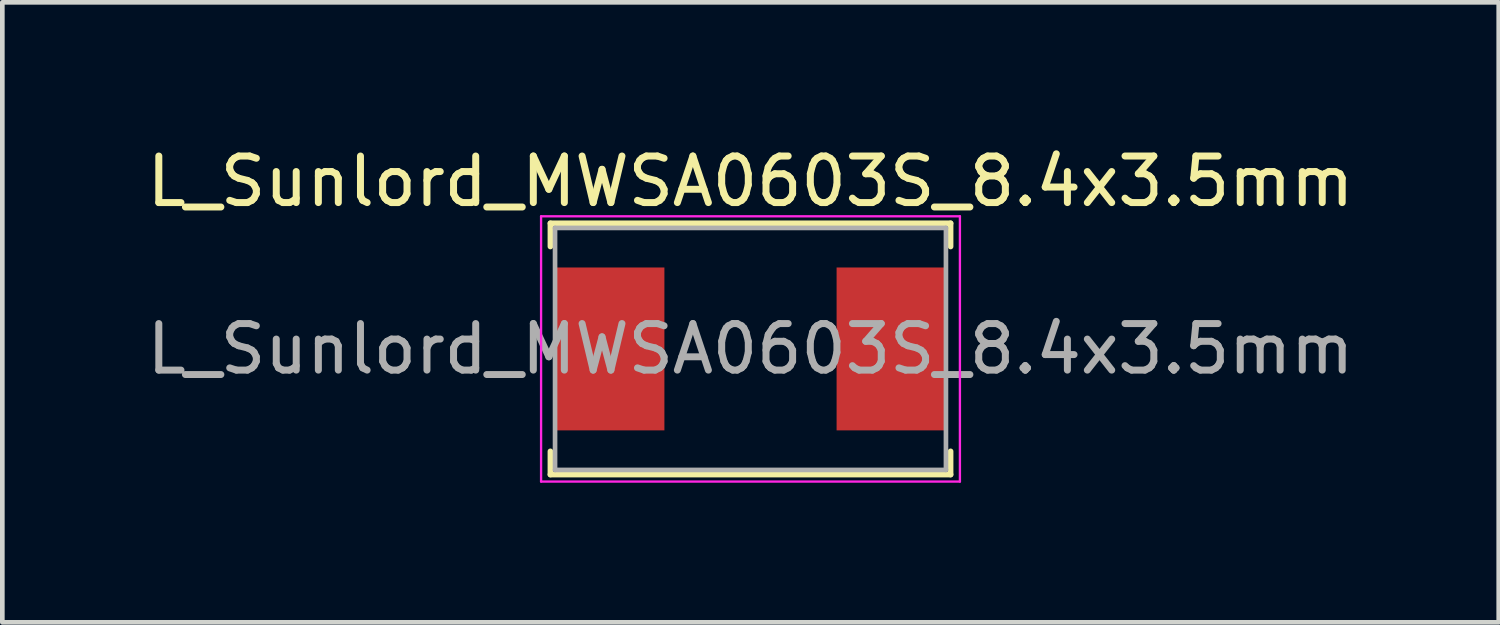
<source format=kicad_pcb>
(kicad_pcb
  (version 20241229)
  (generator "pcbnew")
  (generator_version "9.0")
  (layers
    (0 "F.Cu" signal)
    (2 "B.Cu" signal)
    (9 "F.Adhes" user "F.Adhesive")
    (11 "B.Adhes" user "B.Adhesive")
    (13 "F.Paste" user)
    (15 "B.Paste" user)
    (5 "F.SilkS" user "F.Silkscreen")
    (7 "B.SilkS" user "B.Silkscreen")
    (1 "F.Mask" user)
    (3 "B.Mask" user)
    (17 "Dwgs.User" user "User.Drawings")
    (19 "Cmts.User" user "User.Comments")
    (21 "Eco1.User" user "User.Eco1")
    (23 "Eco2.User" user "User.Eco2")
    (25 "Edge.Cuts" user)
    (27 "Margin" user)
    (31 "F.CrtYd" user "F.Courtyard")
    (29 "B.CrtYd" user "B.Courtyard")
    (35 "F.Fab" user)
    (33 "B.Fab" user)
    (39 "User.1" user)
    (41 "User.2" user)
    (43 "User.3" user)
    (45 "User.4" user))
  (footprint "L_Sunlord_MWSA0603S_8.4x3.5mm"
    (layer "F.Cu")
    (at 13.077 4.448)
    (property "Reference" "L_Sunlord_MWSA0603S_8.4x3.5mm" (at 0 -3.6 0) (layer "F.SilkS") (effects (font (size 1 1) (thickness 0.15))))
    (attr smd)
    (fp_line (start -4.3 -2.7) (end -4.3 -2.2) (stroke (width 0.12) (type solid)) (layer "F.SilkS"))
    (fp_line (start -4.3 -2.7) (end 4.3 -2.7) (stroke (width 0.12) (type solid)) (layer "F.SilkS"))
    (fp_line (start -4.3 2.7) (end -4.3 2.2) (stroke (width 0.12) (type solid)) (layer "F.SilkS"))
    (fp_line (start 4.3 -2.7) (end 4.3 -2.2) (stroke (width 0.12) (type solid)) (layer "F.SilkS"))
    (fp_line (start 4.3 2.7) (end -4.3 2.7) (stroke (width 0.12) (type solid)) (layer "F.SilkS"))
    (fp_line (start 4.3 2.7) (end 4.3 2.2) (stroke (width 0.12) (type solid)) (layer "F.SilkS"))
    (fp_line (start -4.5 -2.85) (end 4.5 -2.85) (stroke (width 0.05) (type solid)) (layer "F.CrtYd"))
    (fp_line (start -4.5 2.85) (end -4.5 -2.85) (stroke (width 0.05) (type solid)) (layer "F.CrtYd"))
    (fp_line (start 4.5 -2.85) (end 4.5 2.85) (stroke (width 0.05) (type solid)) (layer "F.CrtYd"))
    (fp_line (start 4.5 2.85) (end -4.5 2.85) (stroke (width 0.05) (type solid)) (layer "F.CrtYd"))
    (fp_line (start -4.2 -2.6) (end 4.2 -2.6) (stroke (width 0.1) (type solid)) (layer "F.Fab"))
    (fp_line (start -4.2 2.6) (end -4.2 -2.6) (stroke (width 0.1) (type solid)) (layer "F.Fab"))
    (fp_line (start 4.2 -2.6) (end 4.2 2.6) (stroke (width 0.1) (type solid)) (layer "F.Fab"))
    (fp_line (start 4.2 2.6) (end -4.2 2.6) (stroke (width 0.1) (type solid)) (layer "F.Fab"))
    (fp_text user "${REFERENCE}" (at 0 0 0) (layer "F.Fab") (effects (font (size 1 1) (thickness 0.15))))
    (pad "1" smd rect (at -3.025 0) (size 2.35 3.5) (layers "F.Cu" "F.Mask" "F.Paste"))
    (pad "2" smd rect (at 3.025 0) (size 2.35 3.5) (layers "F.Cu" "F.Mask" "F.Paste")))
  (gr_rect
    (start -3 -3)
    (end 29.155 10.323)
    (stroke (width 0.1) (type default))
    (fill no)
    (layer "Edge.Cuts")))
</source>
